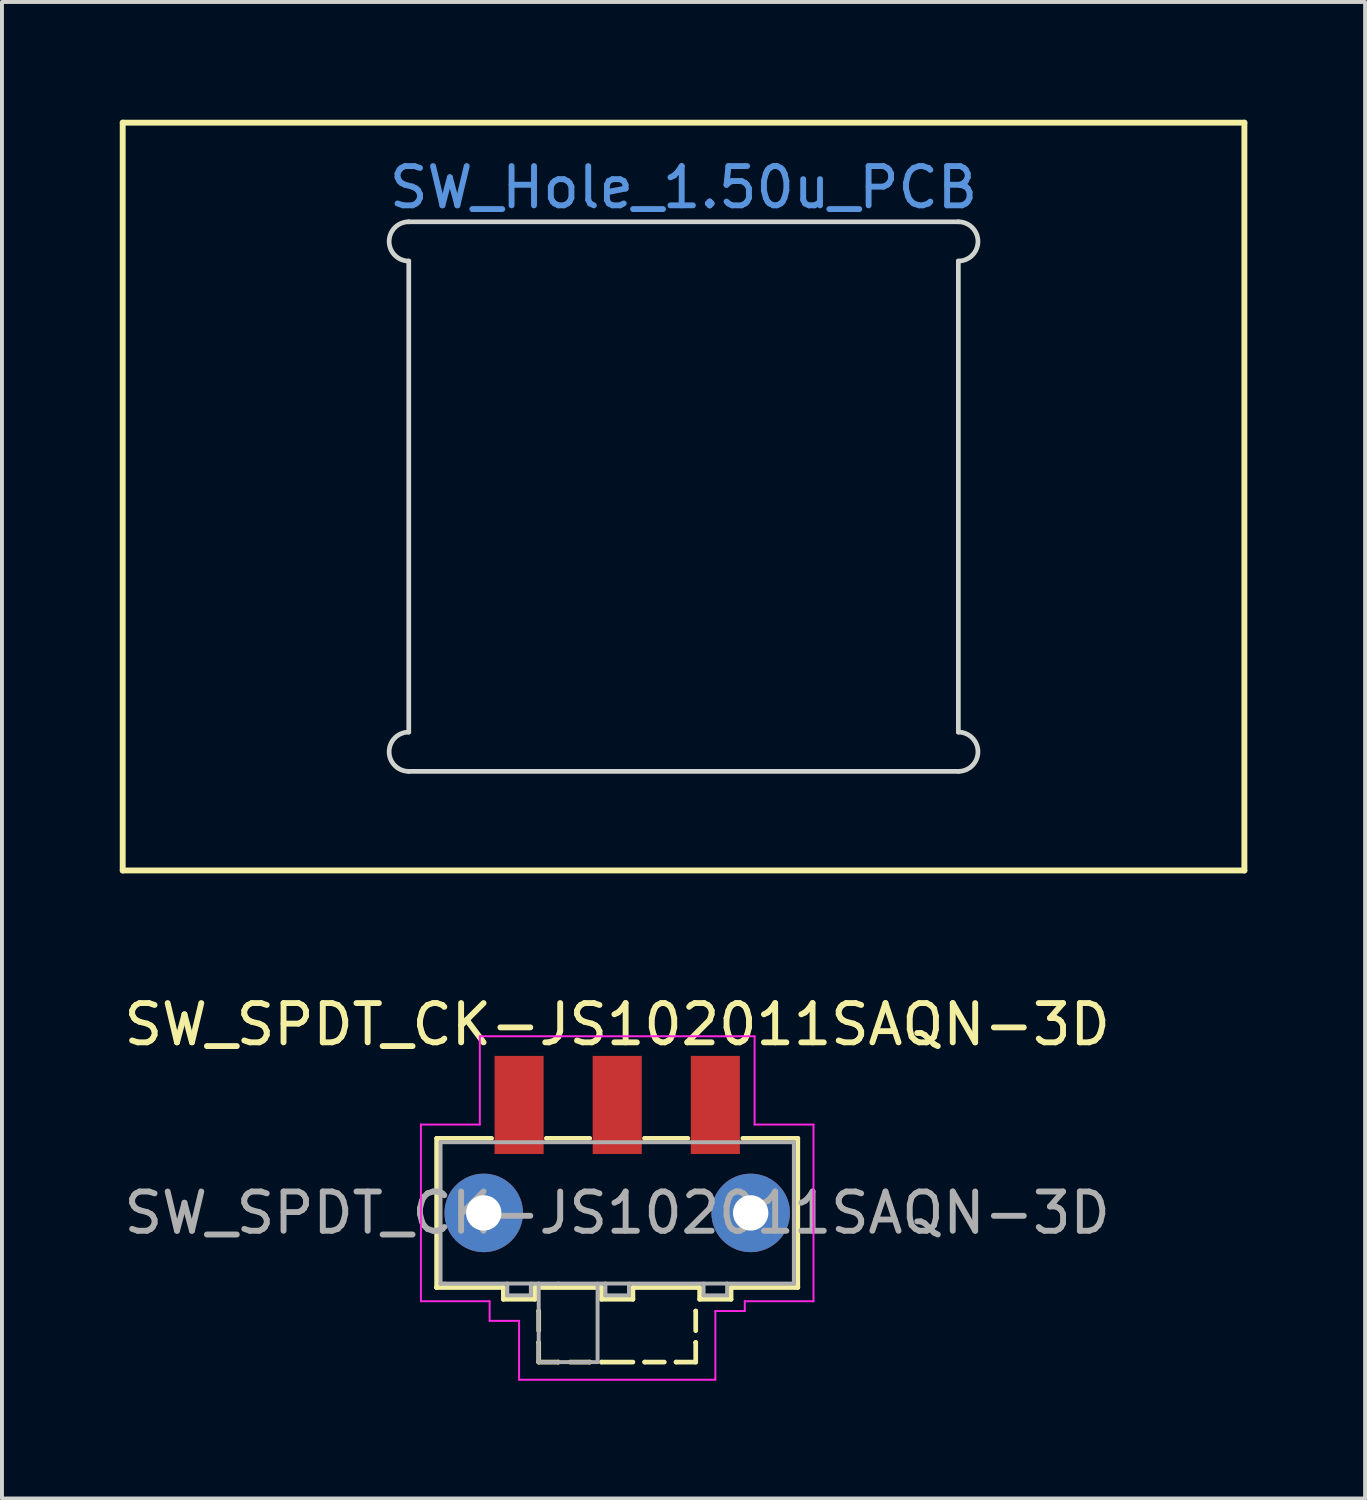
<source format=kicad_pcb>
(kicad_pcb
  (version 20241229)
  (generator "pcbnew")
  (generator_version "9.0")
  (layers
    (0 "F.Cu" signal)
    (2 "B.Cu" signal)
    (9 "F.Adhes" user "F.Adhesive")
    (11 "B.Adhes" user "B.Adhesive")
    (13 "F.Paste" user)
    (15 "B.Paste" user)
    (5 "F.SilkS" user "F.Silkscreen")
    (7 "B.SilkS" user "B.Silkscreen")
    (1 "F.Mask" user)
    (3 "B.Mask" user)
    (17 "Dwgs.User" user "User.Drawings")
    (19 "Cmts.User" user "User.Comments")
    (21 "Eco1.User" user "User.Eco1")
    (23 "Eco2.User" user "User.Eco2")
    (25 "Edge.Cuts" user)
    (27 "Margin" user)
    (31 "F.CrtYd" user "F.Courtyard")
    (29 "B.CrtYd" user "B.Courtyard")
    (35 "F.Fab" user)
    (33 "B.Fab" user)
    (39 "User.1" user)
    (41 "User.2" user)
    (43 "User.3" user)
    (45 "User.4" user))
  (footprint "SW_Hole_1.50u_PCB"
    (layer "F.Cu")
    (at 14.363 9.6)
    (property "Reference" "SW_Hole_1.50u_PCB" (at 0 -7.874 0) (layer "Cmts.User") (effects (font (size 1 1) (thickness 0.15))))
    (attr through_hole)
    (fp_line (start -14.287 -9.525) (end 14.287 -9.525) (stroke (width 0.15) (type solid)) (layer "F.SilkS"))
    (fp_line (start -14.287 9.525) (end -14.287 -9.525) (stroke (width 0.15) (type solid)) (layer "F.SilkS"))
    (fp_line (start 14.287 -9.525) (end 14.287 9.525) (stroke (width 0.15) (type solid)) (layer "F.SilkS"))
    (fp_line (start 14.287 9.525) (end -14.287 9.525) (stroke (width 0.15) (type solid)) (layer "F.SilkS"))
    (fp_line (start -7 -7) (end 7 -7) (stroke (width 0.12) (type solid)) (layer "Edge.Cuts"))
    (fp_line (start -7 -6) (end -7 6) (stroke (width 0.12) (type solid)) (layer "Edge.Cuts"))
    (fp_line (start -7 7) (end 7 7) (stroke (width 0.12) (type solid)) (layer "Edge.Cuts"))
    (fp_line (start 7 -6) (end 7 6) (stroke (width 0.12) (type solid)) (layer "Edge.Cuts"))
    (fp_arc (start -7 -6) (mid -7.5 -6.5) (end -7 -7) (stroke (width 0.12) (type solid)) (layer "Edge.Cuts"))
    (fp_arc (start -7 7) (mid -7.5 6.5) (end -7 6) (stroke (width 0.12) (type solid)) (layer "Edge.Cuts"))
    (fp_arc (start 7 -7) (mid 7.5 -6.5) (end 7 -6) (stroke (width 0.12) (type solid)) (layer "Edge.Cuts"))
    (fp_arc (start 7 6) (mid 7.5 6.5) (end 7 7) (stroke (width 0.12) (type solid)) (layer "Edge.Cuts")))
  (footprint "SW_SPDT_CK-JS102011SAQN-3D"
    (layer "F.Cu")
    (at 12.673 27.848)
    (property "Reference" "SW_SPDT_CK-JS102011SAQN-3D" (at 0 -4.8 0) (layer "F.SilkS") (effects (font (size 1 1) (thickness 0.15))))
    (attr smd)
    (fp_line (start -4.6 -1.9) (end -3.2 -1.9) (stroke (width 0.12) (type solid)) (layer "F.SilkS"))
    (fp_line (start -4.6 1.9) (end -4.6 -1.9) (stroke (width 0.12) (type solid)) (layer "F.SilkS"))
    (fp_line (start -4.6 1.9) (end -4.6 1.9) (stroke (width 0.12) (type solid)) (layer "F.SilkS"))
    (fp_line (start -2.9 1.9) (end -4.6 1.9) (stroke (width 0.12) (type solid)) (layer "F.SilkS"))
    (fp_line (start -2.9 2.2) (end -2.9 1.9) (stroke (width 0.12) (type solid)) (layer "F.SilkS"))
    (fp_line (start -2.1 1.9) (end -2.1 2.2) (stroke (width 0.12) (type solid)) (layer "F.SilkS"))
    (fp_line (start -2.1 2.2) (end -2.9 2.2) (stroke (width 0.12) (type solid)) (layer "F.SilkS"))
    (fp_line (start -2 2.5) (end -2 2.5) (stroke (width 0.12) (type solid)) (layer "F.SilkS"))
    (fp_line (start -2 3) (end -2 2.5) (stroke (width 0.12) (type solid)) (layer "F.SilkS"))
    (fp_line (start -2 3.3) (end -2 3.3) (stroke (width 0.12) (type solid)) (layer "F.SilkS"))
    (fp_line (start -2 3.8) (end -2 3.3) (stroke (width 0.12) (type solid)) (layer "F.SilkS"))
    (fp_line (start -2 3.8) (end -1.5 3.8) (stroke (width 0.12) (type solid)) (layer "F.SilkS"))
    (fp_line (start -1.8 -1.9) (end -1.8 -1.9) (stroke (width 0.12) (type solid)) (layer "F.SilkS"))
    (fp_line (start -1.5 3.8) (end -1.5 3.8) (stroke (width 0.12) (type solid)) (layer "F.SilkS"))
    (fp_line (start -1.2 3.8) (end -0.7 3.8) (stroke (width 0.12) (type solid)) (layer "F.SilkS"))
    (fp_line (start -0.7 -1.9) (end -1.8 -1.9) (stroke (width 0.12) (type solid)) (layer "F.SilkS"))
    (fp_line (start -0.7 3.8) (end -0.7 3.8) (stroke (width 0.12) (type solid)) (layer "F.SilkS"))
    (fp_line (start -0.4 1.9) (end -2.1 1.9) (stroke (width 0.12) (type solid)) (layer "F.SilkS"))
    (fp_line (start -0.4 2.2) (end -0.4 1.9) (stroke (width 0.12) (type solid)) (layer "F.SilkS"))
    (fp_line (start -0.4 3.8) (end -0.4 3.8) (stroke (width 0.12) (type solid)) (layer "F.SilkS"))
    (fp_line (start 0.4 1.9) (end 0.4 2.2) (stroke (width 0.12) (type solid)) (layer "F.SilkS"))
    (fp_line (start 0.4 2.2) (end -0.4 2.2) (stroke (width 0.12) (type solid)) (layer "F.SilkS"))
    (fp_line (start 0.4 3.8) (end -0.4 3.8) (stroke (width 0.12) (type solid)) (layer "F.SilkS"))
    (fp_line (start 0.7 -1.9) (end 0.7 -1.9) (stroke (width 0.12) (type solid)) (layer "F.SilkS"))
    (fp_line (start 0.7 3.8) (end 0.7 3.8) (stroke (width 0.12) (type solid)) (layer "F.SilkS"))
    (fp_line (start 1.2 3.8) (end 0.7 3.8) (stroke (width 0.12) (type solid)) (layer "F.SilkS"))
    (fp_line (start 1.5 3.8) (end 1.5 3.8) (stroke (width 0.12) (type solid)) (layer "F.SilkS"))
    (fp_line (start 1.8 -1.9) (end 0.7 -1.9) (stroke (width 0.12) (type solid)) (layer "F.SilkS"))
    (fp_line (start 2 2.5) (end 2 2.5) (stroke (width 0.12) (type solid)) (layer "F.SilkS"))
    (fp_line (start 2 3) (end 2 2.5) (stroke (width 0.12) (type solid)) (layer "F.SilkS"))
    (fp_line (start 2 3.3) (end 2 3.3) (stroke (width 0.12) (type solid)) (layer "F.SilkS"))
    (fp_line (start 2 3.8) (end 1.5 3.8) (stroke (width 0.12) (type solid)) (layer "F.SilkS"))
    (fp_line (start 2 3.8) (end 2 3.3) (stroke (width 0.12) (type solid)) (layer "F.SilkS"))
    (fp_line (start 2.1 1.9) (end 0.4 1.9) (stroke (width 0.12) (type solid)) (layer "F.SilkS"))
    (fp_line (start 2.1 2.2) (end 2.1 1.9) (stroke (width 0.12) (type solid)) (layer "F.SilkS"))
    (fp_line (start 2.9 1.9) (end 2.9 2.2) (stroke (width 0.12) (type solid)) (layer "F.SilkS"))
    (fp_line (start 2.9 2.2) (end 2.1 2.2) (stroke (width 0.12) (type solid)) (layer "F.SilkS"))
    (fp_line (start 3.2 -1.9) (end 4.6 -1.9) (stroke (width 0.12) (type solid)) (layer "F.SilkS"))
    (fp_line (start 4.6 -1.9) (end 4.6 1.9) (stroke (width 0.12) (type solid)) (layer "F.SilkS"))
    (fp_line (start 4.6 1.9) (end 2.9 1.9) (stroke (width 0.12) (type solid)) (layer "F.SilkS"))
    (fp_line (start -5 -2.25) (end -5 -2.25) (stroke (width 0.05) (type solid)) (layer "F.CrtYd"))
    (fp_line (start -5 -2.25) (end -5 2.25) (stroke (width 0.05) (type solid)) (layer "F.CrtYd"))
    (fp_line (start -5 2.25) (end -3.25 2.25) (stroke (width 0.05) (type solid)) (layer "F.CrtYd"))
    (fp_line (start -3.5 -4.5) (end -3.5 -2.25) (stroke (width 0.05) (type solid)) (layer "F.CrtYd"))
    (fp_line (start -3.5 -2.25) (end -5 -2.25) (stroke (width 0.05) (type solid)) (layer "F.CrtYd"))
    (fp_line (start -3.25 2.25) (end -3.25 2.75) (stroke (width 0.05) (type solid)) (layer "F.CrtYd"))
    (fp_line (start -3.25 2.75) (end -2.5 2.75) (stroke (width 0.05) (type solid)) (layer "F.CrtYd"))
    (fp_line (start -2.5 2.75) (end -2.5 4.25) (stroke (width 0.05) (type solid)) (layer "F.CrtYd"))
    (fp_line (start -2.5 4.25) (end 2.5 4.25) (stroke (width 0.05) (type solid)) (layer "F.CrtYd"))
    (fp_line (start 2.5 2.5) (end 3.25 2.5) (stroke (width 0.05) (type solid)) (layer "F.CrtYd"))
    (fp_line (start 2.5 4.25) (end 2.5 2.5) (stroke (width 0.05) (type solid)) (layer "F.CrtYd"))
    (fp_line (start 3.25 2.25) (end 5 2.25) (stroke (width 0.05) (type solid)) (layer "F.CrtYd"))
    (fp_line (start 3.25 2.5) (end 3.25 2.25) (stroke (width 0.05) (type solid)) (layer "F.CrtYd"))
    (fp_line (start 3.5 -4.5) (end -3.5 -4.5) (stroke (width 0.05) (type solid)) (layer "F.CrtYd"))
    (fp_line (start 3.5 -2.25) (end 3.5 -4.5) (stroke (width 0.05) (type solid)) (layer "F.CrtYd"))
    (fp_line (start 5 -2.25) (end 3.5 -2.25) (stroke (width 0.05) (type solid)) (layer "F.CrtYd"))
    (fp_line (start 5 2.25) (end 5 -2.25) (stroke (width 0.05) (type solid)) (layer "F.CrtYd"))
    (fp_line (start -4.5 -1.8) (end -4.5 1.8) (stroke (width 0.1) (type solid)) (layer "F.Fab"))
    (fp_line (start -4.5 -1.8) (end 4.5 -1.8) (stroke (width 0.1) (type solid)) (layer "F.Fab"))
    (fp_line (start -4.5 1.8) (end -4.5 1.8) (stroke (width 0.1) (type solid)) (layer "F.Fab"))
    (fp_line (start -4.5 1.8) (end -4.5 1.8) (stroke (width 0.1) (type solid)) (layer "F.Fab"))
    (fp_line (start -4.4 1.8) (end -4.5 1.8) (stroke (width 0.1) (type solid)) (layer "F.Fab"))
    (fp_line (start -2.8 1.8) (end -2.8 1.8) (stroke (width 0.1) (type solid)) (layer "F.Fab"))
    (fp_line (start -2.8 2.1) (end -2.8 1.8) (stroke (width 0.1) (type solid)) (layer "F.Fab"))
    (fp_line (start -2.2 1.8) (end -2.2 2.1) (stroke (width 0.1) (type solid)) (layer "F.Fab"))
    (fp_line (start -2.2 2.1) (end -2.8 2.1) (stroke (width 0.1) (type solid)) (layer "F.Fab"))
    (fp_line (start -2 1.8) (end -2 1.8) (stroke (width 0.1) (type solid)) (layer "F.Fab"))
    (fp_line (start -2 3.8) (end -2 1.8) (stroke (width 0.1) (type solid)) (layer "F.Fab"))
    (fp_line (start -1.5 1.8) (end -1.5 1.8) (stroke (width 0.1) (type solid)) (layer "F.Fab"))
    (fp_line (start -0.5 1.8) (end -0.5 3.8) (stroke (width 0.1) (type solid)) (layer "F.Fab"))
    (fp_line (start -0.5 3.8) (end -2 3.8) (stroke (width 0.1) (type solid)) (layer "F.Fab"))
    (fp_line (start -0.3 1.8) (end -0.3 1.8) (stroke (width 0.1) (type solid)) (layer "F.Fab"))
    (fp_line (start -0.3 2.1) (end -0.3 1.8) (stroke (width 0.1) (type solid)) (layer "F.Fab"))
    (fp_line (start 0.3 1.8) (end 0.3 2.1) (stroke (width 0.1) (type solid)) (layer "F.Fab"))
    (fp_line (start 0.3 2.1) (end -0.3 2.1) (stroke (width 0.1) (type solid)) (layer "F.Fab"))
    (fp_line (start 2.2 1.8) (end 2.2 2.1) (stroke (width 0.1) (type solid)) (layer "F.Fab"))
    (fp_line (start 2.2 2.1) (end 2.8 2.1) (stroke (width 0.1) (type solid)) (layer "F.Fab"))
    (fp_line (start 2.8 1.8) (end 2.8 1.8) (stroke (width 0.1) (type solid)) (layer "F.Fab"))
    (fp_line (start 2.8 2.1) (end 2.8 1.8) (stroke (width 0.1) (type solid)) (layer "F.Fab"))
    (fp_line (start 4.5 -1.8) (end 4.5 1.8) (stroke (width 0.1) (type solid)) (layer "F.Fab"))
    (fp_line (start 4.5 1.8) (end -4.4 1.8) (stroke (width 0.1) (type solid)) (layer "F.Fab"))
    (fp_text user "${REFERENCE}" (at 0 0 0) (layer "F.Fab") (effects (font (size 1 1) (thickness 0.15))))
    (pad "1" smd rect (at -2.5 -2.75) (size 1.25 2.5) (layers "F.Cu" "F.Mask" "F.Paste"))
    (pad "2" smd rect (at 0 -2.75) (size 1.25 2.5) (layers "F.Cu" "F.Mask" "F.Paste"))
    (pad "3" smd rect (at 2.5 -2.75) (size 1.25 2.5) (layers "F.Cu" "F.Mask" "F.Paste"))
    (pad "4" thru_hole circle (at -3.4 0) (size 2 2) (drill 0.9) (layers "*.Cu" "*.Mask"))
    (pad "5" thru_hole circle (at 3.4 0) (size 2 2) (drill 0.9) (layers "*.Cu" "*.Mask")))
  (gr_rect
    (start -3 -3)
    (end 31.725 35.123)
    (stroke (width 0.1) (type default))
    (fill no)
    (layer "Edge.Cuts")))
</source>
